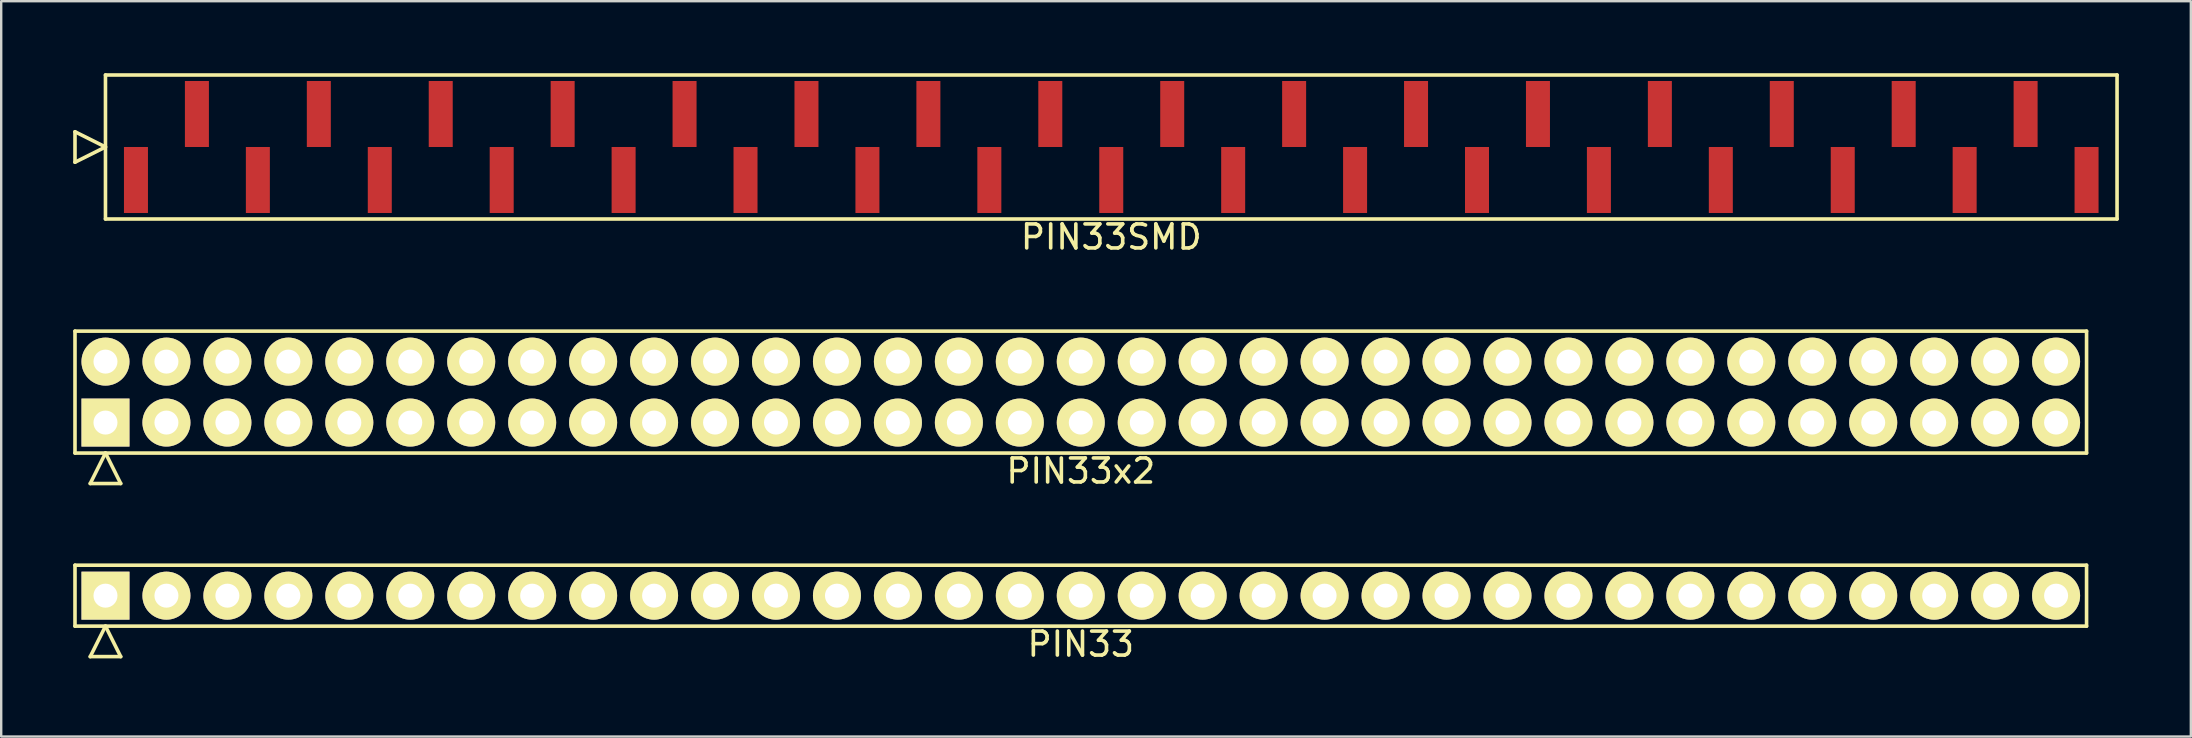
<source format=kicad_pcb>
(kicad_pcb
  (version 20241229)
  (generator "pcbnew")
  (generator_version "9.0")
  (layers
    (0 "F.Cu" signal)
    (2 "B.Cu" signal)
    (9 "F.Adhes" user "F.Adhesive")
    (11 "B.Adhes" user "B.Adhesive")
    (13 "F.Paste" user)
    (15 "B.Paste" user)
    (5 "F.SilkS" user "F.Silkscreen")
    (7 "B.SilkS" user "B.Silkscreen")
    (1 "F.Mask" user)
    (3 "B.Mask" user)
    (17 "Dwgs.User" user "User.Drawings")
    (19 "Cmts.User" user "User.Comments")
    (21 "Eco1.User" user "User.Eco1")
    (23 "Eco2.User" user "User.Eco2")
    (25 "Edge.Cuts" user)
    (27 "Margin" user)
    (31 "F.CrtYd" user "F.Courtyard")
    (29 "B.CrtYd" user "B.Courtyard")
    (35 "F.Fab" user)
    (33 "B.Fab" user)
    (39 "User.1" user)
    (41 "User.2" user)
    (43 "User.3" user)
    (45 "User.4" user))
  (footprint "PIN33SMD"
    (layer "F.Cu")
    (at 43.255 3.075)
    (property "Reference" "PIN33SMD" (at 0 3.75 0) (layer "F.SilkS") (effects (font (size 1 1) (thickness 0.15))))
    (attr through_hole)
    (fp_line (start -43.18 0.635) (end -43.18 -0.635) (stroke (width 0.15) (type solid)) (layer "F.SilkS"))
    (fp_line (start -41.91 -3) (end -41.91 3) (stroke (width 0.15) (type solid)) (layer "F.SilkS"))
    (fp_line (start -41.91 0) (end -43.18 -0.635) (stroke (width 0.15) (type solid)) (layer "F.SilkS"))
    (fp_line (start -41.91 0) (end -43.18 0.635) (stroke (width 0.15) (type solid)) (layer "F.SilkS"))
    (fp_line (start -41.91 3) (end 41.91 3) (stroke (width 0.15) (type solid)) (layer "F.SilkS"))
    (fp_line (start 41.91 -3) (end -41.91 -3) (stroke (width 0.15) (type solid)) (layer "F.SilkS"))
    (fp_line (start 41.91 3) (end 41.91 -3) (stroke (width 0.15) (type solid)) (layer "F.SilkS"))
    (pad "1" smd rect (at -40.64 1.375) (size 1 2.75) (layers "F.Cu" "F.Mask" "F.Paste"))
    (pad "2" smd rect (at -38.1 -1.375) (size 1 2.75) (layers "F.Cu" "F.Mask" "F.Paste"))
    (pad "3" smd rect (at -35.56 1.375) (size 1 2.75) (layers "F.Cu" "F.Mask" "F.Paste"))
    (pad "4" smd rect (at -33.02 -1.375) (size 1 2.75) (layers "F.Cu" "F.Mask" "F.Paste"))
    (pad "5" smd rect (at -30.48 1.375) (size 1 2.75) (layers "F.Cu" "F.Mask" "F.Paste"))
    (pad "6" smd rect (at -27.94 -1.375) (size 1 2.75) (layers "F.Cu" "F.Mask" "F.Paste"))
    (pad "7" smd rect (at -25.4 1.375) (size 1 2.75) (layers "F.Cu" "F.Mask" "F.Paste"))
    (pad "8" smd rect (at -22.86 -1.375) (size 1 2.75) (layers "F.Cu" "F.Mask" "F.Paste"))
    (pad "9" smd rect (at -20.32 1.375) (size 1 2.75) (layers "F.Cu" "F.Mask" "F.Paste"))
    (pad "10" smd rect (at -17.78 -1.375) (size 1 2.75) (layers "F.Cu" "F.Mask" "F.Paste"))
    (pad "11" smd rect (at -15.24 1.375) (size 1 2.75) (layers "F.Cu" "F.Mask" "F.Paste"))
    (pad "12" smd rect (at -12.7 -1.375) (size 1 2.75) (layers "F.Cu" "F.Mask" "F.Paste"))
    (pad "13" smd rect (at -10.16 1.375) (size 1 2.75) (layers "F.Cu" "F.Mask" "F.Paste"))
    (pad "14" smd rect (at -7.62 -1.375) (size 1 2.75) (layers "F.Cu" "F.Mask" "F.Paste"))
    (pad "15" smd rect (at -5.08 1.375) (size 1 2.75) (layers "F.Cu" "F.Mask" "F.Paste"))
    (pad "16" smd rect (at -2.54 -1.375) (size 1 2.75) (layers "F.Cu" "F.Mask" "F.Paste"))
    (pad "17" smd rect (at 0 1.375) (size 1 2.75) (layers "F.Cu" "F.Mask" "F.Paste"))
    (pad "18" smd rect (at 2.54 -1.375) (size 1 2.75) (layers "F.Cu" "F.Mask" "F.Paste"))
    (pad "19" smd rect (at 5.08 1.375) (size 1 2.75) (layers "F.Cu" "F.Mask" "F.Paste"))
    (pad "20" smd rect (at 7.62 -1.375) (size 1 2.75) (layers "F.Cu" "F.Mask" "F.Paste"))
    (pad "21" smd rect (at 10.16 1.375) (size 1 2.75) (layers "F.Cu" "F.Mask" "F.Paste"))
    (pad "22" smd rect (at 12.7 -1.375) (size 1 2.75) (layers "F.Cu" "F.Mask" "F.Paste"))
    (pad "23" smd rect (at 15.24 1.375) (size 1 2.75) (layers "F.Cu" "F.Mask" "F.Paste"))
    (pad "24" smd rect (at 17.78 -1.375) (size 1 2.75) (layers "F.Cu" "F.Mask" "F.Paste"))
    (pad "25" smd rect (at 20.32 1.375) (size 1 2.75) (layers "F.Cu" "F.Mask" "F.Paste"))
    (pad "26" smd rect (at 22.86 -1.375) (size 1 2.75) (layers "F.Cu" "F.Mask" "F.Paste"))
    (pad "27" smd rect (at 25.4 1.375) (size 1 2.75) (layers "F.Cu" "F.Mask" "F.Paste"))
    (pad "28" smd rect (at 27.94 -1.375) (size 1 2.75) (layers "F.Cu" "F.Mask" "F.Paste"))
    (pad "29" smd rect (at 30.48 1.375) (size 1 2.75) (layers "F.Cu" "F.Mask" "F.Paste"))
    (pad "30" smd rect (at 33.02 -1.375) (size 1 2.75) (layers "F.Cu" "F.Mask" "F.Paste"))
    (pad "31" smd rect (at 35.56 1.375) (size 1 2.75) (layers "F.Cu" "F.Mask" "F.Paste"))
    (pad "32" smd rect (at 38.1 -1.375) (size 1 2.75) (layers "F.Cu" "F.Mask" "F.Paste"))
    (pad "33" smd rect (at 40.64 1.375) (size 1 2.75) (layers "F.Cu" "F.Mask" "F.Paste")))
  (footprint "PIN33"
    (layer "F.Cu")
    (at 41.985 21.771)
    (property "Reference" "PIN33" (at 0 2.02 0) (layer "F.SilkS") (effects (font (size 1 1) (thickness 0.15))))
    (attr through_hole)
    (fp_line (start -41.91 -1.27) (end -41.91 1.27) (stroke (width 0.15) (type solid)) (layer "F.SilkS"))
    (fp_line (start -41.91 1.27) (end 41.91 1.27) (stroke (width 0.15) (type solid)) (layer "F.SilkS"))
    (fp_line (start -41.275 2.54) (end -40.64 1.27) (stroke (width 0.15) (type solid)) (layer "F.SilkS"))
    (fp_line (start -41.275 2.54) (end -40.005 2.54) (stroke (width 0.15) (type solid)) (layer "F.SilkS"))
    (fp_line (start -40.005 2.54) (end -40.64 1.27) (stroke (width 0.15) (type solid)) (layer "F.SilkS"))
    (fp_line (start 41.91 -1.27) (end -41.91 -1.27) (stroke (width 0.15) (type solid)) (layer "F.SilkS"))
    (fp_line (start 41.91 1.27) (end 41.91 -1.27) (stroke (width 0.15) (type solid)) (layer "F.SilkS"))
    (pad "1" thru_hole rect (at -40.64 0) (size 2 2) (drill 1) (layers "*.Cu" "*.Mask" "F.SilkS"))
    (pad "2" thru_hole oval (at -38.1 0) (size 2 2) (drill 1) (layers "*.Cu" "*.Mask" "F.SilkS"))
    (pad "3" thru_hole oval (at -35.56 0) (size 2 2) (drill 1) (layers "*.Cu" "*.Mask" "F.SilkS"))
    (pad "4" thru_hole oval (at -33.02 0) (size 2 2) (drill 1) (layers "*.Cu" "*.Mask" "F.SilkS"))
    (pad "5" thru_hole oval (at -30.48 0) (size 2 2) (drill 1) (layers "*.Cu" "*.Mask" "F.SilkS"))
    (pad "6" thru_hole oval (at -27.94 0) (size 2 2) (drill 1) (layers "*.Cu" "*.Mask" "F.SilkS"))
    (pad "7" thru_hole oval (at -25.4 0) (size 2 2) (drill 1) (layers "*.Cu" "*.Mask" "F.SilkS"))
    (pad "8" thru_hole oval (at -22.86 0) (size 2 2) (drill 1) (layers "*.Cu" "*.Mask" "F.SilkS"))
    (pad "9" thru_hole oval (at -20.32 0) (size 2 2) (drill 1) (layers "*.Cu" "*.Mask" "F.SilkS"))
    (pad "10" thru_hole oval (at -17.78 0) (size 2 2) (drill 1) (layers "*.Cu" "*.Mask" "F.SilkS"))
    (pad "11" thru_hole oval (at -15.24 0) (size 2 2) (drill 1) (layers "*.Cu" "*.Mask" "F.SilkS"))
    (pad "12" thru_hole oval (at -12.7 0) (size 2 2) (drill 1) (layers "*.Cu" "*.Mask" "F.SilkS"))
    (pad "13" thru_hole oval (at -10.16 0) (size 2 2) (drill 1) (layers "*.Cu" "*.Mask" "F.SilkS"))
    (pad "14" thru_hole oval (at -7.62 0) (size 2 2) (drill 1) (layers "*.Cu" "*.Mask" "F.SilkS"))
    (pad "15" thru_hole oval (at -5.08 0) (size 2 2) (drill 1) (layers "*.Cu" "*.Mask" "F.SilkS"))
    (pad "16" thru_hole oval (at -2.54 0) (size 2 2) (drill 1) (layers "*.Cu" "*.Mask" "F.SilkS"))
    (pad "17" thru_hole oval (at 0 0) (size 2 2) (drill 1) (layers "*.Cu" "*.Mask" "F.SilkS"))
    (pad "18" thru_hole oval (at 2.54 0) (size 2 2) (drill 1) (layers "*.Cu" "*.Mask" "F.SilkS"))
    (pad "19" thru_hole oval (at 5.08 0) (size 2 2) (drill 1) (layers "*.Cu" "*.Mask" "F.SilkS"))
    (pad "20" thru_hole oval (at 7.62 0) (size 2 2) (drill 1) (layers "*.Cu" "*.Mask" "F.SilkS"))
    (pad "21" thru_hole oval (at 10.16 0) (size 2 2) (drill 1) (layers "*.Cu" "*.Mask" "F.SilkS"))
    (pad "22" thru_hole oval (at 12.7 0) (size 2 2) (drill 1) (layers "*.Cu" "*.Mask" "F.SilkS"))
    (pad "23" thru_hole oval (at 15.24 0) (size 2 2) (drill 1) (layers "*.Cu" "*.Mask" "F.SilkS"))
    (pad "24" thru_hole oval (at 17.78 0) (size 2 2) (drill 1) (layers "*.Cu" "*.Mask" "F.SilkS"))
    (pad "25" thru_hole oval (at 20.32 0) (size 2 2) (drill 1) (layers "*.Cu" "*.Mask" "F.SilkS"))
    (pad "26" thru_hole oval (at 22.86 0) (size 2 2) (drill 1) (layers "*.Cu" "*.Mask" "F.SilkS"))
    (pad "27" thru_hole oval (at 25.4 0) (size 2 2) (drill 1) (layers "*.Cu" "*.Mask" "F.SilkS"))
    (pad "28" thru_hole oval (at 27.94 0) (size 2 2) (drill 1) (layers "*.Cu" "*.Mask" "F.SilkS"))
    (pad "29" thru_hole oval (at 30.48 0) (size 2 2) (drill 1) (layers "*.Cu" "*.Mask" "F.SilkS"))
    (pad "30" thru_hole oval (at 33.02 0) (size 2 2) (drill 1) (layers "*.Cu" "*.Mask" "F.SilkS"))
    (pad "31" thru_hole oval (at 35.56 0) (size 2 2) (drill 1) (layers "*.Cu" "*.Mask" "F.SilkS"))
    (pad "32" thru_hole oval (at 38.1 0) (size 2 2) (drill 1) (layers "*.Cu" "*.Mask" "F.SilkS"))
    (pad "33" thru_hole oval (at 40.64 0) (size 2 2) (drill 1) (layers "*.Cu" "*.Mask" "F.SilkS")))
  (footprint "PIN33x2"
    (layer "F.Cu")
    (at 41.985 13.288)
    (property "Reference" "PIN33x2" (at 0 3.29 0) (layer "F.SilkS") (effects (font (size 1 1) (thickness 0.15))))
    (attr through_hole)
    (fp_line (start -41.91 -2.54) (end -41.91 2.54) (stroke (width 0.15) (type solid)) (layer "F.SilkS"))
    (fp_line (start -41.91 2.54) (end 41.91 2.54) (stroke (width 0.15) (type solid)) (layer "F.SilkS"))
    (fp_line (start -41.275 3.81) (end -40.64 2.54) (stroke (width 0.15) (type solid)) (layer "F.SilkS"))
    (fp_line (start -41.275 3.81) (end -40.005 3.81) (stroke (width 0.15) (type solid)) (layer "F.SilkS"))
    (fp_line (start -40.005 3.81) (end -40.64 2.54) (stroke (width 0.15) (type solid)) (layer "F.SilkS"))
    (fp_line (start 41.91 -2.54) (end -41.91 -2.54) (stroke (width 0.15) (type solid)) (layer "F.SilkS"))
    (fp_line (start 41.91 2.54) (end 41.91 -2.54) (stroke (width 0.15) (type solid)) (layer "F.SilkS"))
    (pad "1" thru_hole rect (at -40.64 1.27) (size 2 2) (drill 1) (layers "*.Cu" "*.Mask" "F.SilkS"))
    (pad "2" thru_hole oval (at -40.64 -1.27) (size 2 2) (drill 1) (layers "*.Cu" "*.Mask" "F.SilkS"))
    (pad "3" thru_hole oval (at -38.1 1.27) (size 2 2) (drill 1) (layers "*.Cu" "*.Mask" "F.SilkS"))
    (pad "4" thru_hole oval (at -38.1 -1.27) (size 2 2) (drill 1) (layers "*.Cu" "*.Mask" "F.SilkS"))
    (pad "5" thru_hole oval (at -35.56 1.27) (size 2 2) (drill 1) (layers "*.Cu" "*.Mask" "F.SilkS"))
    (pad "6" thru_hole oval (at -35.56 -1.27) (size 2 2) (drill 1) (layers "*.Cu" "*.Mask" "F.SilkS"))
    (pad "7" thru_hole oval (at -33.02 1.27) (size 2 2) (drill 1) (layers "*.Cu" "*.Mask" "F.SilkS"))
    (pad "8" thru_hole oval (at -33.02 -1.27) (size 2 2) (drill 1) (layers "*.Cu" "*.Mask" "F.SilkS"))
    (pad "9" thru_hole oval (at -30.48 1.27) (size 2 2) (drill 1) (layers "*.Cu" "*.Mask" "F.SilkS"))
    (pad "10" thru_hole oval (at -30.48 -1.27) (size 2 2) (drill 1) (layers "*.Cu" "*.Mask" "F.SilkS"))
    (pad "11" thru_hole oval (at -27.94 1.27) (size 2 2) (drill 1) (layers "*.Cu" "*.Mask" "F.SilkS"))
    (pad "12" thru_hole oval (at -27.94 -1.27) (size 2 2) (drill 1) (layers "*.Cu" "*.Mask" "F.SilkS"))
    (pad "13" thru_hole oval (at -25.4 1.27) (size 2 2) (drill 1) (layers "*.Cu" "*.Mask" "F.SilkS"))
    (pad "14" thru_hole oval (at -25.4 -1.27) (size 2 2) (drill 1) (layers "*.Cu" "*.Mask" "F.SilkS"))
    (pad "15" thru_hole oval (at -22.86 1.27) (size 2 2) (drill 1) (layers "*.Cu" "*.Mask" "F.SilkS"))
    (pad "16" thru_hole oval (at -22.86 -1.27) (size 2 2) (drill 1) (layers "*.Cu" "*.Mask" "F.SilkS"))
    (pad "17" thru_hole oval (at -20.32 1.27) (size 2 2) (drill 1) (layers "*.Cu" "*.Mask" "F.SilkS"))
    (pad "18" thru_hole oval (at -20.32 -1.27) (size 2 2) (drill 1) (layers "*.Cu" "*.Mask" "F.SilkS"))
    (pad "19" thru_hole oval (at -17.78 1.27) (size 2 2) (drill 1) (layers "*.Cu" "*.Mask" "F.SilkS"))
    (pad "20" thru_hole oval (at -17.78 -1.27) (size 2 2) (drill 1) (layers "*.Cu" "*.Mask" "F.SilkS"))
    (pad "21" thru_hole oval (at -15.24 1.27) (size 2 2) (drill 1) (layers "*.Cu" "*.Mask" "F.SilkS"))
    (pad "22" thru_hole oval (at -15.24 -1.27) (size 2 2) (drill 1) (layers "*.Cu" "*.Mask" "F.SilkS"))
    (pad "23" thru_hole oval (at -12.7 1.27) (size 2 2) (drill 1) (layers "*.Cu" "*.Mask" "F.SilkS"))
    (pad "24" thru_hole oval (at -12.7 -1.27) (size 2 2) (drill 1) (layers "*.Cu" "*.Mask" "F.SilkS"))
    (pad "25" thru_hole oval (at -10.16 1.27) (size 2 2) (drill 1) (layers "*.Cu" "*.Mask" "F.SilkS"))
    (pad "26" thru_hole oval (at -10.16 -1.27) (size 2 2) (drill 1) (layers "*.Cu" "*.Mask" "F.SilkS"))
    (pad "27" thru_hole oval (at -7.62 1.27) (size 2 2) (drill 1) (layers "*.Cu" "*.Mask" "F.SilkS"))
    (pad "28" thru_hole oval (at -7.62 -1.27) (size 2 2) (drill 1) (layers "*.Cu" "*.Mask" "F.SilkS"))
    (pad "29" thru_hole oval (at -5.08 1.27) (size 2 2) (drill 1) (layers "*.Cu" "*.Mask" "F.SilkS"))
    (pad "30" thru_hole oval (at -5.08 -1.27) (size 2 2) (drill 1) (layers "*.Cu" "*.Mask" "F.SilkS"))
    (pad "31" thru_hole oval (at -2.54 1.27) (size 2 2) (drill 1) (layers "*.Cu" "*.Mask" "F.SilkS"))
    (pad "32" thru_hole oval (at -2.54 -1.27) (size 2 2) (drill 1) (layers "*.Cu" "*.Mask" "F.SilkS"))
    (pad "33" thru_hole oval (at 0 1.27) (size 2 2) (drill 1) (layers "*.Cu" "*.Mask" "F.SilkS"))
    (pad "34" thru_hole oval (at 0 -1.27) (size 2 2) (drill 1) (layers "*.Cu" "*.Mask" "F.SilkS"))
    (pad "35" thru_hole oval (at 2.54 1.27) (size 2 2) (drill 1) (layers "*.Cu" "*.Mask" "F.SilkS"))
    (pad "36" thru_hole oval (at 2.54 -1.27) (size 2 2) (drill 1) (layers "*.Cu" "*.Mask" "F.SilkS"))
    (pad "37" thru_hole oval (at 5.08 1.27) (size 2 2) (drill 1) (layers "*.Cu" "*.Mask" "F.SilkS"))
    (pad "38" thru_hole oval (at 5.08 -1.27) (size 2 2) (drill 1) (layers "*.Cu" "*.Mask" "F.SilkS"))
    (pad "39" thru_hole oval (at 7.62 1.27) (size 2 2) (drill 1) (layers "*.Cu" "*.Mask" "F.SilkS"))
    (pad "40" thru_hole oval (at 7.62 -1.27) (size 2 2) (drill 1) (layers "*.Cu" "*.Mask" "F.SilkS"))
    (pad "41" thru_hole oval (at 10.16 1.27) (size 2 2) (drill 1) (layers "*.Cu" "*.Mask" "F.SilkS"))
    (pad "42" thru_hole oval (at 10.16 -1.27) (size 2 2) (drill 1) (layers "*.Cu" "*.Mask" "F.SilkS"))
    (pad "43" thru_hole oval (at 12.7 1.27) (size 2 2) (drill 1) (layers "*.Cu" "*.Mask" "F.SilkS"))
    (pad "44" thru_hole oval (at 12.7 -1.27) (size 2 2) (drill 1) (layers "*.Cu" "*.Mask" "F.SilkS"))
    (pad "45" thru_hole oval (at 15.24 1.27) (size 2 2) (drill 1) (layers "*.Cu" "*.Mask" "F.SilkS"))
    (pad "46" thru_hole oval (at 15.24 -1.27) (size 2 2) (drill 1) (layers "*.Cu" "*.Mask" "F.SilkS"))
    (pad "47" thru_hole oval (at 17.78 1.27) (size 2 2) (drill 1) (layers "*.Cu" "*.Mask" "F.SilkS"))
    (pad "48" thru_hole oval (at 17.78 -1.27) (size 2 2) (drill 1) (layers "*.Cu" "*.Mask" "F.SilkS"))
    (pad "49" thru_hole oval (at 20.32 1.27) (size 2 2) (drill 1) (layers "*.Cu" "*.Mask" "F.SilkS"))
    (pad "50" thru_hole oval (at 20.32 -1.27) (size 2 2) (drill 1) (layers "*.Cu" "*.Mask" "F.SilkS"))
    (pad "51" thru_hole oval (at 22.86 1.27) (size 2 2) (drill 1) (layers "*.Cu" "*.Mask" "F.SilkS"))
    (pad "52" thru_hole oval (at 22.86 -1.27) (size 2 2) (drill 1) (layers "*.Cu" "*.Mask" "F.SilkS"))
    (pad "53" thru_hole oval (at 25.4 1.27) (size 2 2) (drill 1) (layers "*.Cu" "*.Mask" "F.SilkS"))
    (pad "54" thru_hole oval (at 25.4 -1.27) (size 2 2) (drill 1) (layers "*.Cu" "*.Mask" "F.SilkS"))
    (pad "55" thru_hole oval (at 27.94 1.27) (size 2 2) (drill 1) (layers "*.Cu" "*.Mask" "F.SilkS"))
    (pad "56" thru_hole oval (at 27.94 -1.27) (size 2 2) (drill 1) (layers "*.Cu" "*.Mask" "F.SilkS"))
    (pad "57" thru_hole oval (at 30.48 1.27) (size 2 2) (drill 1) (layers "*.Cu" "*.Mask" "F.SilkS"))
    (pad "58" thru_hole oval (at 30.48 -1.27) (size 2 2) (drill 1) (layers "*.Cu" "*.Mask" "F.SilkS"))
    (pad "59" thru_hole oval (at 33.02 1.27) (size 2 2) (drill 1) (layers "*.Cu" "*.Mask" "F.SilkS"))
    (pad "60" thru_hole oval (at 33.02 -1.27) (size 2 2) (drill 1) (layers "*.Cu" "*.Mask" "F.SilkS"))
    (pad "61" thru_hole oval (at 35.56 1.27) (size 2 2) (drill 1) (layers "*.Cu" "*.Mask" "F.SilkS"))
    (pad "62" thru_hole oval (at 35.56 -1.27) (size 2 2) (drill 1) (layers "*.Cu" "*.Mask" "F.SilkS"))
    (pad "63" thru_hole oval (at 38.1 1.27) (size 2 2) (drill 1) (layers "*.Cu" "*.Mask" "F.SilkS"))
    (pad "64" thru_hole oval (at 38.1 -1.27) (size 2 2) (drill 1) (layers "*.Cu" "*.Mask" "F.SilkS"))
    (pad "65" thru_hole oval (at 40.64 1.27) (size 2 2) (drill 1) (layers "*.Cu" "*.Mask" "F.SilkS"))
    (pad "66" thru_hole oval (at 40.64 -1.27) (size 2 2) (drill 1) (layers "*.Cu" "*.Mask" "F.SilkS")))
  (gr_rect
    (start -3 -3)
    (end 88.24 27.64)
    (stroke (width 0.1) (type default))
    (fill no)
    (layer "Edge.Cuts")))
</source>
